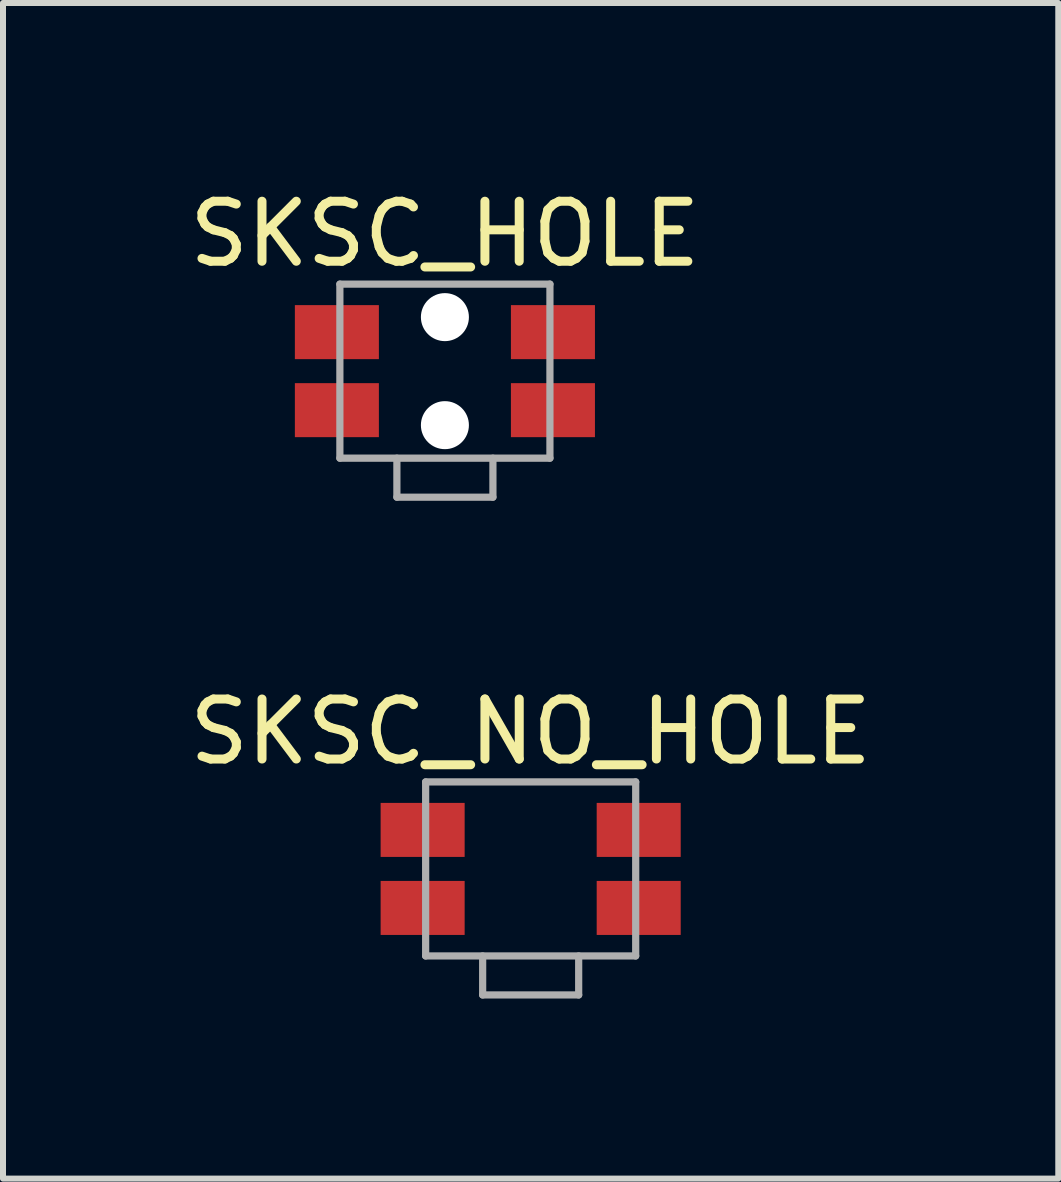
<source format=kicad_pcb>
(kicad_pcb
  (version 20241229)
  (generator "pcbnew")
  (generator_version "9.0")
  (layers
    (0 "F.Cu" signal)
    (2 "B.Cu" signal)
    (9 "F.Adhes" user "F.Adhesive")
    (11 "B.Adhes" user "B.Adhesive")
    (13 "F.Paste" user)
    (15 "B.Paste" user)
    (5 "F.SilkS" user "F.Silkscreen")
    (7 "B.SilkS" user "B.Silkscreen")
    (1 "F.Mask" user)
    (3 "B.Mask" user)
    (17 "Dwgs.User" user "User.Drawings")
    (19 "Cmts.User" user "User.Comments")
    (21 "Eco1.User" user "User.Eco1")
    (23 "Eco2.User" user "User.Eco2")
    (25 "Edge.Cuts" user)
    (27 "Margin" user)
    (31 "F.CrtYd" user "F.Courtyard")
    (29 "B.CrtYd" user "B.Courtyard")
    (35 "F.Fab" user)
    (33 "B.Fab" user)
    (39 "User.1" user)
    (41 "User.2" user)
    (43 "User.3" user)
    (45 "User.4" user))
  (footprint "SKSC_NO_HOLE"
    (layer "F.Cu")
    (at 5.792 11.428)
    (property "Reference" "SKSC_NO_HOLE" (at 0 -2.286 0) (layer "F.SilkS") (effects (font (size 1 1) (thickness 0.15))))
    (attr through_hole)
    (fp_line (start -1.75 -1.45) (end -1.75 1.45) (stroke (width 0.12) (type solid)) (layer "F.Fab"))
    (fp_line (start -1.75 -1.45) (end 1.75 -1.45) (stroke (width 0.12) (type solid)) (layer "F.Fab"))
    (fp_line (start -0.8 1.45) (end -0.8 2.1) (stroke (width 0.12) (type solid)) (layer "F.Fab"))
    (fp_line (start -0.8 2.1) (end 0.8 2.1) (stroke (width 0.12) (type solid)) (layer "F.Fab"))
    (fp_line (start 0.8 1.45) (end 0.8 2.1) (stroke (width 0.12) (type solid)) (layer "F.Fab"))
    (fp_line (start 1.75 -1.45) (end 1.75 1.45) (stroke (width 0.12) (type solid)) (layer "F.Fab"))
    (fp_line (start 1.75 1.45) (end -1.75 1.45) (stroke (width 0.12) (type solid)) (layer "F.Fab"))
    (pad "1" smd rect (at -1.8 0.65) (size 1.4 0.9) (layers "F.Cu" "F.Mask" "F.Paste"))
    (pad "2" smd rect (at 1.8 0.65) (size 1.4 0.9) (layers "F.Cu" "F.Mask" "F.Paste"))
    (pad "3" smd rect (at -1.8 -0.65) (size 1.4 0.9) (layers "F.Cu" "F.Mask" "F.Paste"))
    (pad "4" smd rect (at 1.8 -0.65) (size 1.4 0.9) (layers "F.Cu" "F.Mask" "F.Paste")))
  (footprint "SKSC_HOLE"
    (layer "F.Cu")
    (at 4.363 3.134)
    (property "Reference" "SKSC_HOLE" (at 0 -2.286 0) (layer "F.SilkS") (effects (font (size 1 1) (thickness 0.15))))
    (attr through_hole)
    (fp_line (start -1.75 -1.45) (end -1.75 1.45) (stroke (width 0.12) (type solid)) (layer "F.Fab"))
    (fp_line (start -1.75 -1.45) (end 1.75 -1.45) (stroke (width 0.12) (type solid)) (layer "F.Fab"))
    (fp_line (start -0.8 1.45) (end -0.8 2.1) (stroke (width 0.12) (type solid)) (layer "F.Fab"))
    (fp_line (start -0.8 2.1) (end 0.8 2.1) (stroke (width 0.12) (type solid)) (layer "F.Fab"))
    (fp_line (start 0.8 1.45) (end 0.8 2.1) (stroke (width 0.12) (type solid)) (layer "F.Fab"))
    (fp_line (start 1.75 -1.45) (end 1.75 1.45) (stroke (width 0.12) (type solid)) (layer "F.Fab"))
    (fp_line (start 1.75 1.45) (end -1.75 1.45) (stroke (width 0.12) (type solid)) (layer "F.Fab"))
    (pad "" np_thru_hole circle (at 0 -0.9) (size 0.8 0.8) (drill 0.8) (layers "*.Cu" "*.Mask"))
    (pad "" np_thru_hole circle (at 0 0.9) (size 0.8 0.8) (drill 0.8) (layers "*.Cu" "*.Mask"))
    (pad "1" smd rect (at -1.8 0.65) (size 1.4 0.9) (layers "F.Cu" "F.Mask" "F.Paste"))
    (pad "2" smd rect (at 1.8 0.65) (size 1.4 0.9) (layers "F.Cu" "F.Mask" "F.Paste"))
    (pad "3" smd rect (at -1.8 -0.65) (size 1.4 0.9) (layers "F.Cu" "F.Mask" "F.Paste"))
    (pad "4" smd rect (at 1.8 -0.65) (size 1.4 0.9) (layers "F.Cu" "F.Mask" "F.Paste")))
  (gr_rect
    (start -3 -3)
    (end 14.583 16.588)
    (stroke (width 0.1) (type default))
    (fill no)
    (layer "Edge.Cuts")))
</source>
